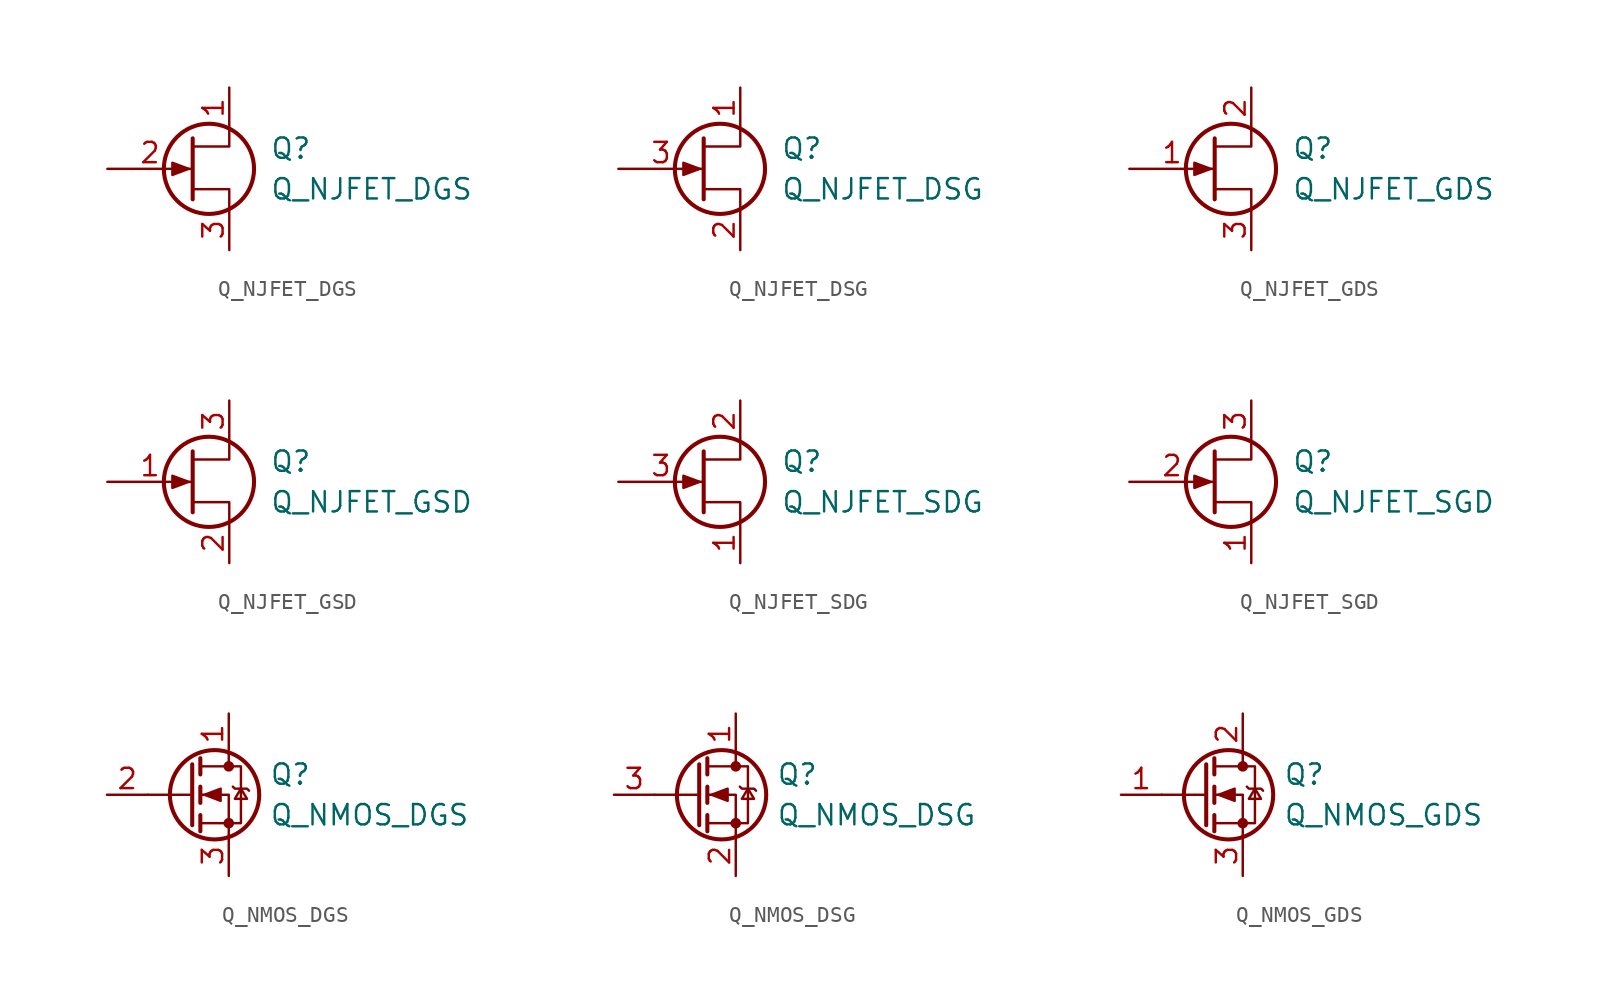
<source format=kicad_sym>
(kicad_symbol_lib
  (version 20241209)
  (generator "kicad_symbol_editor")
  (generator_version "9.0")
  (symbol "Q_NJFET_DGS"
    (pin_names
      (offset 0)
      (hide yes))
    (property "Reference" "Q"
      (at 5.08 1.27 0)
      (effects (font (size 1.27 1.27)) (justify left)))
    (property "Value" "Q_NJFET_DGS"
      (at 5.08 -1.27 0)
      (effects (font (size 1.27 1.27)) (justify left)))
    (symbol "Q_NJFET_DGS_0_1"
      (polyline (pts (xy 0 0) (xy -1.016 0.381) (xy -1.016 -0.381) (xy 0 0)) (stroke (width 0) (type solid)) (fill (type outline)))
      (polyline (pts (xy 0.254 1.905) (xy 0.254 -1.905) (xy 0.254 -1.905)) (stroke (width 0.254) (type solid)) (fill (type none)))
      (circle (center 1.27 0) (radius 2.819) (stroke (width 0.254) (type solid)) (fill (type none)))
      (polyline (pts (xy 2.54 2.54) (xy 2.54 1.397) (xy 0.254 1.397)) (stroke (width 0) (type solid)) (fill (type none)))
      (polyline (pts (xy 2.54 -2.54) (xy 2.54 -1.27) (xy 0.254 -1.27)) (stroke (width 0) (type solid)) (fill (type none))))
    (symbol "Q_NJFET_DGS_1_1"
      (pin input line (at -5.08 0 0) (length 5.334) (name "G" (effects (font (size 1.27 1.27)))) (number "2" (effects (font (size 1.27 1.27)))))
      (pin passive line (at 2.54 5.08 270) (length 2.54) (name "D" (effects (font (size 1.27 1.27)))) (number "1" (effects (font (size 1.27 1.27)))))
      (pin passive line (at 2.54 -5.08 90) (length 2.54) (name "S" (effects (font (size 1.27 1.27)))) (number "3" (effects (font (size 1.27 1.27)))))))
  (symbol "Q_NJFET_DSG"
    (pin_names
      (offset 0)
      (hide yes))
    (property "Reference" "Q"
      (at 5.08 1.27 0)
      (effects (font (size 1.27 1.27)) (justify left)))
    (property "Value" "Q_NJFET_DSG"
      (at 5.08 -1.27 0)
      (effects (font (size 1.27 1.27)) (justify left)))
    (symbol "Q_NJFET_DSG_0_1"
      (polyline (pts (xy 0 0) (xy -1.016 0.381) (xy -1.016 -0.381) (xy 0 0)) (stroke (width 0) (type solid)) (fill (type outline)))
      (polyline (pts (xy 0.254 1.905) (xy 0.254 -1.905) (xy 0.254 -1.905)) (stroke (width 0.254) (type solid)) (fill (type none)))
      (circle (center 1.27 0) (radius 2.819) (stroke (width 0.254) (type solid)) (fill (type none)))
      (polyline (pts (xy 2.54 2.54) (xy 2.54 1.397) (xy 0.254 1.397)) (stroke (width 0) (type solid)) (fill (type none)))
      (polyline (pts (xy 2.54 -2.54) (xy 2.54 -1.27) (xy 0.254 -1.27)) (stroke (width 0) (type solid)) (fill (type none))))
    (symbol "Q_NJFET_DSG_1_1"
      (pin input line (at -5.08 0 0) (length 5.334) (name "G" (effects (font (size 1.27 1.27)))) (number "3" (effects (font (size 1.27 1.27)))))
      (pin passive line (at 2.54 5.08 270) (length 2.54) (name "D" (effects (font (size 1.27 1.27)))) (number "1" (effects (font (size 1.27 1.27)))))
      (pin passive line (at 2.54 -5.08 90) (length 2.54) (name "S" (effects (font (size 1.27 1.27)))) (number "2" (effects (font (size 1.27 1.27)))))))
  (symbol "Q_NJFET_GDS"
    (pin_names
      (offset 0)
      (hide yes))
    (property "Reference" "Q"
      (at 5.08 1.27 0)
      (effects (font (size 1.27 1.27)) (justify left)))
    (property "Value" "Q_NJFET_GDS"
      (at 5.08 -1.27 0)
      (effects (font (size 1.27 1.27)) (justify left)))
    (symbol "Q_NJFET_GDS_0_1"
      (polyline (pts (xy 0 0) (xy -1.016 0.381) (xy -1.016 -0.381) (xy 0 0)) (stroke (width 0) (type solid)) (fill (type outline)))
      (polyline (pts (xy 0.254 1.905) (xy 0.254 -1.905) (xy 0.254 -1.905)) (stroke (width 0.254) (type solid)) (fill (type none)))
      (circle (center 1.27 0) (radius 2.819) (stroke (width 0.254) (type solid)) (fill (type none)))
      (polyline (pts (xy 2.54 2.54) (xy 2.54 1.397) (xy 0.254 1.397)) (stroke (width 0) (type solid)) (fill (type none)))
      (polyline (pts (xy 2.54 -2.54) (xy 2.54 -1.27) (xy 0.254 -1.27)) (stroke (width 0) (type solid)) (fill (type none))))
    (symbol "Q_NJFET_GDS_1_1"
      (pin input line (at -5.08 0 0) (length 5.334) (name "G" (effects (font (size 1.27 1.27)))) (number "1" (effects (font (size 1.27 1.27)))))
      (pin passive line (at 2.54 5.08 270) (length 2.54) (name "D" (effects (font (size 1.27 1.27)))) (number "2" (effects (font (size 1.27 1.27)))))
      (pin passive line (at 2.54 -5.08 90) (length 2.54) (name "S" (effects (font (size 1.27 1.27)))) (number "3" (effects (font (size 1.27 1.27)))))))
  (symbol "Q_NJFET_GSD"
    (pin_names
      (offset 0)
      (hide yes))
    (property "Reference" "Q"
      (at 5.08 1.27 0)
      (effects (font (size 1.27 1.27)) (justify left)))
    (property "Value" "Q_NJFET_GSD"
      (at 5.08 -1.27 0)
      (effects (font (size 1.27 1.27)) (justify left)))
    (symbol "Q_NJFET_GSD_0_1"
      (polyline (pts (xy 0 0) (xy -1.016 0.381) (xy -1.016 -0.381) (xy 0 0)) (stroke (width 0) (type solid)) (fill (type outline)))
      (polyline (pts (xy 0.254 1.905) (xy 0.254 -1.905) (xy 0.254 -1.905)) (stroke (width 0.254) (type solid)) (fill (type none)))
      (circle (center 1.27 0) (radius 2.819) (stroke (width 0.254) (type solid)) (fill (type none)))
      (polyline (pts (xy 2.54 2.54) (xy 2.54 1.397) (xy 0.254 1.397)) (stroke (width 0) (type solid)) (fill (type none)))
      (polyline (pts (xy 2.54 -2.54) (xy 2.54 -1.27) (xy 0.254 -1.27)) (stroke (width 0) (type solid)) (fill (type none))))
    (symbol "Q_NJFET_GSD_1_1"
      (pin input line (at -5.08 0 0) (length 5.334) (name "G" (effects (font (size 1.27 1.27)))) (number "1" (effects (font (size 1.27 1.27)))))
      (pin passive line (at 2.54 5.08 270) (length 2.54) (name "D" (effects (font (size 1.27 1.27)))) (number "3" (effects (font (size 1.27 1.27)))))
      (pin passive line (at 2.54 -5.08 90) (length 2.54) (name "S" (effects (font (size 1.27 1.27)))) (number "2" (effects (font (size 1.27 1.27)))))))
  (symbol "Q_NJFET_SDG"
    (pin_names
      (offset 0)
      (hide yes))
    (property "Reference" "Q"
      (at 5.08 1.27 0)
      (effects (font (size 1.27 1.27)) (justify left)))
    (property "Value" "Q_NJFET_SDG"
      (at 5.08 -1.27 0)
      (effects (font (size 1.27 1.27)) (justify left)))
    (symbol "Q_NJFET_SDG_0_1"
      (polyline (pts (xy 0 0) (xy -1.016 0.381) (xy -1.016 -0.381) (xy 0 0)) (stroke (width 0) (type solid)) (fill (type outline)))
      (polyline (pts (xy 0.254 1.905) (xy 0.254 -1.905) (xy 0.254 -1.905)) (stroke (width 0.254) (type solid)) (fill (type none)))
      (circle (center 1.27 0) (radius 2.819) (stroke (width 0.254) (type solid)) (fill (type none)))
      (polyline (pts (xy 2.54 2.54) (xy 2.54 1.397) (xy 0.254 1.397)) (stroke (width 0) (type solid)) (fill (type none)))
      (polyline (pts (xy 2.54 -2.54) (xy 2.54 -1.27) (xy 0.254 -1.27)) (stroke (width 0) (type solid)) (fill (type none))))
    (symbol "Q_NJFET_SDG_1_1"
      (pin input line (at -5.08 0 0) (length 5.334) (name "G" (effects (font (size 1.27 1.27)))) (number "3" (effects (font (size 1.27 1.27)))))
      (pin passive line (at 2.54 5.08 270) (length 2.54) (name "D" (effects (font (size 1.27 1.27)))) (number "2" (effects (font (size 1.27 1.27)))))
      (pin passive line (at 2.54 -5.08 90) (length 2.54) (name "S" (effects (font (size 1.27 1.27)))) (number "1" (effects (font (size 1.27 1.27)))))))
  (symbol "Q_NJFET_SGD"
    (pin_names
      (offset 0)
      (hide yes))
    (property "Reference" "Q"
      (at 5.08 1.27 0)
      (effects (font (size 1.27 1.27)) (justify left)))
    (property "Value" "Q_NJFET_SGD"
      (at 5.08 -1.27 0)
      (effects (font (size 1.27 1.27)) (justify left)))
    (symbol "Q_NJFET_SGD_0_1"
      (polyline (pts (xy 0 0) (xy -1.016 0.381) (xy -1.016 -0.381) (xy 0 0)) (stroke (width 0) (type solid)) (fill (type outline)))
      (polyline (pts (xy 0.254 1.905) (xy 0.254 -1.905) (xy 0.254 -1.905)) (stroke (width 0.254) (type solid)) (fill (type none)))
      (circle (center 1.27 0) (radius 2.819) (stroke (width 0.254) (type solid)) (fill (type none)))
      (polyline (pts (xy 2.54 2.54) (xy 2.54 1.397) (xy 0.254 1.397)) (stroke (width 0) (type solid)) (fill (type none)))
      (polyline (pts (xy 2.54 -2.54) (xy 2.54 -1.27) (xy 0.254 -1.27)) (stroke (width 0) (type solid)) (fill (type none))))
    (symbol "Q_NJFET_SGD_1_1"
      (pin input line (at -5.08 0 0) (length 5.334) (name "G" (effects (font (size 1.27 1.27)))) (number "2" (effects (font (size 1.27 1.27)))))
      (pin passive line (at 2.54 5.08 270) (length 2.54) (name "D" (effects (font (size 1.27 1.27)))) (number "3" (effects (font (size 1.27 1.27)))))
      (pin passive line (at 2.54 -5.08 90) (length 2.54) (name "S" (effects (font (size 1.27 1.27)))) (number "1" (effects (font (size 1.27 1.27)))))))
  (symbol "Q_NMOS_DGS"
    (pin_names
      (offset 0)
      (hide yes))
    (property "Reference" "Q"
      (at 5.08 1.27 0)
      (effects (font (size 1.27 1.27)) (justify left)))
    (property "Value" "Q_NMOS_DGS"
      (at 5.08 -1.27 0)
      (effects (font (size 1.27 1.27)) (justify left)))
    (symbol "Q_NMOS_DGS_0_1"
      (polyline (pts (xy 0.254 1.905) (xy 0.254 -1.905)) (stroke (width 0.254) (type solid)) (fill (type none)))
      (polyline (pts (xy 0.254 0) (xy -2.54 0)) (stroke (width 0) (type solid)) (fill (type none)))
      (polyline (pts (xy 0.762 2.286) (xy 0.762 1.27)) (stroke (width 0.254) (type solid)) (fill (type none)))
      (polyline (pts (xy 0.762 0.508) (xy 0.762 -0.508)) (stroke (width 0.254) (type solid)) (fill (type none)))
      (polyline (pts (xy 0.762 -1.27) (xy 0.762 -2.286)) (stroke (width 0.254) (type solid)) (fill (type none)))
      (polyline (pts (xy 0.762 -1.778) (xy 3.302 -1.778) (xy 3.302 1.778) (xy 0.762 1.778)) (stroke (width 0) (type solid)) (fill (type none)))
      (polyline (pts (xy 1.016 0) (xy 2.032 0.381) (xy 2.032 -0.381) (xy 1.016 0)) (stroke (width 0) (type solid)) (fill (type outline)))
      (circle (center 1.651 0) (radius 2.794) (stroke (width 0.254) (type solid)) (fill (type none)))
      (polyline (pts (xy 2.54 2.54) (xy 2.54 1.778)) (stroke (width 0) (type solid)) (fill (type none)))
      (circle (center 2.54 1.778) (radius 0.254) (stroke (width 0) (type solid)) (fill (type outline)))
      (circle (center 2.54 -1.778) (radius 0.254) (stroke (width 0) (type solid)) (fill (type outline)))
      (polyline (pts (xy 2.54 -2.54) (xy 2.54 0) (xy 0.762 0)) (stroke (width 0) (type solid)) (fill (type none)))
      (polyline (pts (xy 2.794 0.508) (xy 2.921 0.381) (xy 3.683 0.381) (xy 3.81 0.254)) (stroke (width 0) (type solid)) (fill (type none)))
      (polyline (pts (xy 3.302 0.381) (xy 2.921 -0.254) (xy 3.683 -0.254) (xy 3.302 0.381)) (stroke (width 0) (type solid)) (fill (type none))))
    (symbol "Q_NMOS_DGS_1_1"
      (pin input line (at -5.08 0 0) (length 2.54) (name "G" (effects (font (size 1.27 1.27)))) (number "2" (effects (font (size 1.27 1.27)))))
      (pin passive line (at 2.54 5.08 270) (length 2.54) (name "D" (effects (font (size 1.27 1.27)))) (number "1" (effects (font (size 1.27 1.27)))))
      (pin passive line (at 2.54 -5.08 90) (length 2.54) (name "S" (effects (font (size 1.27 1.27)))) (number "3" (effects (font (size 1.27 1.27)))))))
  (symbol "Q_NMOS_DSG"
    (pin_names
      (offset 0)
      (hide yes))
    (property "Reference" "Q"
      (at 5.08 1.27 0)
      (effects (font (size 1.27 1.27)) (justify left)))
    (property "Value" "Q_NMOS_DSG"
      (at 5.08 -1.27 0)
      (effects (font (size 1.27 1.27)) (justify left)))
    (symbol "Q_NMOS_DSG_0_1"
      (polyline (pts (xy 0.254 1.905) (xy 0.254 -1.905)) (stroke (width 0.254) (type solid)) (fill (type none)))
      (polyline (pts (xy 0.254 0) (xy -2.54 0)) (stroke (width 0) (type solid)) (fill (type none)))
      (polyline (pts (xy 0.762 2.286) (xy 0.762 1.27)) (stroke (width 0.254) (type solid)) (fill (type none)))
      (polyline (pts (xy 0.762 0.508) (xy 0.762 -0.508)) (stroke (width 0.254) (type solid)) (fill (type none)))
      (polyline (pts (xy 0.762 -1.27) (xy 0.762 -2.286)) (stroke (width 0.254) (type solid)) (fill (type none)))
      (polyline (pts (xy 0.762 -1.778) (xy 3.302 -1.778) (xy 3.302 1.778) (xy 0.762 1.778)) (stroke (width 0) (type solid)) (fill (type none)))
      (polyline (pts (xy 1.016 0) (xy 2.032 0.381) (xy 2.032 -0.381) (xy 1.016 0)) (stroke (width 0) (type solid)) (fill (type outline)))
      (circle (center 1.651 0) (radius 2.794) (stroke (width 0.254) (type solid)) (fill (type none)))
      (polyline (pts (xy 2.54 2.54) (xy 2.54 1.778)) (stroke (width 0) (type solid)) (fill (type none)))
      (circle (center 2.54 1.778) (radius 0.254) (stroke (width 0) (type solid)) (fill (type outline)))
      (circle (center 2.54 -1.778) (radius 0.254) (stroke (width 0) (type solid)) (fill (type outline)))
      (polyline (pts (xy 2.54 -2.54) (xy 2.54 0) (xy 0.762 0)) (stroke (width 0) (type solid)) (fill (type none)))
      (polyline (pts (xy 2.794 0.508) (xy 2.921 0.381) (xy 3.683 0.381) (xy 3.81 0.254)) (stroke (width 0) (type solid)) (fill (type none)))
      (polyline (pts (xy 3.302 0.381) (xy 2.921 -0.254) (xy 3.683 -0.254) (xy 3.302 0.381)) (stroke (width 0) (type solid)) (fill (type none))))
    (symbol "Q_NMOS_DSG_1_1"
      (pin input line (at -5.08 0 0) (length 2.54) (name "G" (effects (font (size 1.27 1.27)))) (number "3" (effects (font (size 1.27 1.27)))))
      (pin passive line (at 2.54 5.08 270) (length 2.54) (name "D" (effects (font (size 1.27 1.27)))) (number "1" (effects (font (size 1.27 1.27)))))
      (pin passive line (at 2.54 -5.08 90) (length 2.54) (name "S" (effects (font (size 1.27 1.27)))) (number "2" (effects (font (size 1.27 1.27)))))))
  (symbol "Q_NMOS_GDS"
    (pin_names
      (offset 0)
      (hide yes))
    (property "Reference" "Q"
      (at 5.08 1.27 0)
      (effects (font (size 1.27 1.27)) (justify left)))
    (property "Value" "Q_NMOS_GDS"
      (at 5.08 -1.27 0)
      (effects (font (size 1.27 1.27)) (justify left)))
    (symbol "Q_NMOS_GDS_0_1"
      (polyline (pts (xy 0.254 1.905) (xy 0.254 -1.905)) (stroke (width 0.254) (type solid)) (fill (type none)))
      (polyline (pts (xy 0.254 0) (xy -2.54 0)) (stroke (width 0) (type solid)) (fill (type none)))
      (polyline (pts (xy 0.762 2.286) (xy 0.762 1.27)) (stroke (width 0.254) (type solid)) (fill (type none)))
      (polyline (pts (xy 0.762 0.508) (xy 0.762 -0.508)) (stroke (width 0.254) (type solid)) (fill (type none)))
      (polyline (pts (xy 0.762 -1.27) (xy 0.762 -2.286)) (stroke (width 0.254) (type solid)) (fill (type none)))
      (polyline (pts (xy 0.762 -1.778) (xy 3.302 -1.778) (xy 3.302 1.778) (xy 0.762 1.778)) (stroke (width 0) (type solid)) (fill (type none)))
      (polyline (pts (xy 1.016 0) (xy 2.032 0.381) (xy 2.032 -0.381) (xy 1.016 0)) (stroke (width 0) (type solid)) (fill (type outline)))
      (circle (center 1.651 0) (radius 2.794) (stroke (width 0.254) (type solid)) (fill (type none)))
      (polyline (pts (xy 2.54 2.54) (xy 2.54 1.778)) (stroke (width 0) (type solid)) (fill (type none)))
      (circle (center 2.54 1.778) (radius 0.254) (stroke (width 0) (type solid)) (fill (type outline)))
      (circle (center 2.54 -1.778) (radius 0.254) (stroke (width 0) (type solid)) (fill (type outline)))
      (polyline (pts (xy 2.54 -2.54) (xy 2.54 0) (xy 0.762 0)) (stroke (width 0) (type solid)) (fill (type none)))
      (polyline (pts (xy 2.794 0.508) (xy 2.921 0.381) (xy 3.683 0.381) (xy 3.81 0.254)) (stroke (width 0) (type solid)) (fill (type none)))
      (polyline (pts (xy 3.302 0.381) (xy 2.921 -0.254) (xy 3.683 -0.254) (xy 3.302 0.381)) (stroke (width 0) (type solid)) (fill (type none))))
    (symbol "Q_NMOS_GDS_1_1"
      (pin input line (at -5.08 0 0) (length 2.54) (name "G" (effects (font (size 1.27 1.27)))) (number "1" (effects (font (size 1.27 1.27)))))
      (pin passive line (at 2.54 5.08 270) (length 2.54) (name "D" (effects (font (size 1.27 1.27)))) (number "2" (effects (font (size 1.27 1.27)))))
      (pin passive line (at 2.54 -5.08 90) (length 2.54) (name "S" (effects (font (size 1.27 1.27)))) (number "3" (effects (font (size 1.27 1.27))))))))
</source>
